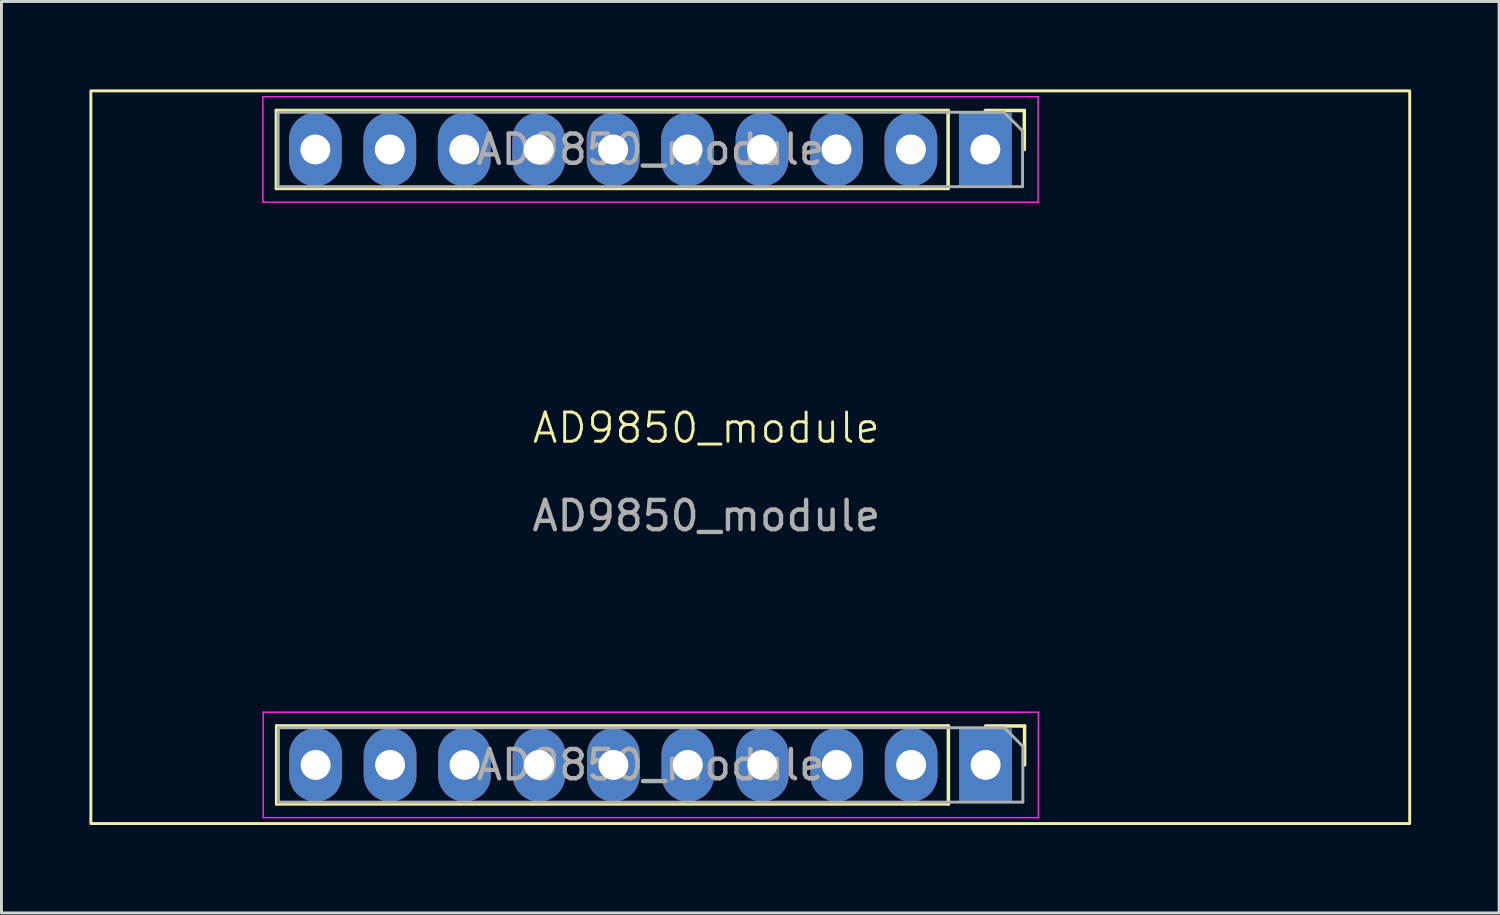
<source format=kicad_pcb>
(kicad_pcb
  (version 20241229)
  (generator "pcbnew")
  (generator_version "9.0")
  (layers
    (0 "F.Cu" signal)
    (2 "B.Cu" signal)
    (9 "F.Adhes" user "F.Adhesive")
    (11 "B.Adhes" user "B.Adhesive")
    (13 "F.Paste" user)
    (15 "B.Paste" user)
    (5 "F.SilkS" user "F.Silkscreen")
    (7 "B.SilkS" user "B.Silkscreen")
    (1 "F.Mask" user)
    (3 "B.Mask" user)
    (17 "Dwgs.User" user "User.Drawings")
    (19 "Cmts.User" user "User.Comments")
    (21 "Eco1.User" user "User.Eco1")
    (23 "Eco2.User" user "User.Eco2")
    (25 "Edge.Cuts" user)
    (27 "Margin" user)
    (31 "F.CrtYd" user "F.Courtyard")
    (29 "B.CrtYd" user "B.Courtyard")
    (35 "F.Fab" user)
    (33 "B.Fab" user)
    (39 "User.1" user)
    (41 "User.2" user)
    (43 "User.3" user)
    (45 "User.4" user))
  (footprint "AD9850_module"
    (layer "F.Cu")
    (at 21.05 12.05)
    (property "Reference" "AD9850_module" (at 0 -0.5 0) (unlocked yes) (layer "F.SilkS") (effects (font (size 1 1) (thickness 0.1))))
    (attr through_hole)
    (fp_line (start -14.67 -11.33) (end -14.67 -8.67) (stroke (width 0.12) (type solid)) (layer "F.SilkS"))
    (fp_line (start -14.66 9.67) (end -14.66 12.33) (stroke (width 0.12) (type solid)) (layer "F.SilkS"))
    (fp_line (start 8.25 -11.33) (end -14.67 -11.33) (stroke (width 0.12) (type solid)) (layer "F.SilkS"))
    (fp_line (start 8.25 -11.33) (end 8.25 -8.67) (stroke (width 0.12) (type solid)) (layer "F.SilkS"))
    (fp_line (start 8.25 -8.67) (end -14.67 -8.67) (stroke (width 0.12) (type solid)) (layer "F.SilkS"))
    (fp_line (start 8.26 9.67) (end -14.66 9.67) (stroke (width 0.12) (type solid)) (layer "F.SilkS"))
    (fp_line (start 8.26 9.67) (end 8.26 12.33) (stroke (width 0.12) (type solid)) (layer "F.SilkS"))
    (fp_line (start 8.26 12.33) (end -14.66 12.33) (stroke (width 0.12) (type solid)) (layer "F.SilkS"))
    (fp_line (start 9.52 -11.33) (end 10.85 -11.33) (stroke (width 0.12) (type solid)) (layer "F.SilkS"))
    (fp_line (start 9.53 9.67) (end 10.86 9.67) (stroke (width 0.12) (type solid)) (layer "F.SilkS"))
    (fp_line (start 10.85 -11.33) (end 10.85 -10) (stroke (width 0.12) (type solid)) (layer "F.SilkS"))
    (fp_line (start 10.86 9.67) (end 10.86 11) (stroke (width 0.12) (type solid)) (layer "F.SilkS"))
    (fp_rect (start -21 -12) (end 24 13) (stroke (width 0.1) (type default)) (fill no) (layer "F.SilkS"))
    (fp_line (start -15.13 -11.8) (end -15.13 -8.2) (stroke (width 0.05) (type solid)) (layer "F.CrtYd"))
    (fp_line (start -15.13 -8.2) (end 11.32 -8.2) (stroke (width 0.05) (type solid)) (layer "F.CrtYd"))
    (fp_line (start -15.12 9.2) (end -15.12 12.8) (stroke (width 0.05) (type solid)) (layer "F.CrtYd"))
    (fp_line (start -15.12 12.8) (end 11.33 12.8) (stroke (width 0.05) (type solid)) (layer "F.CrtYd"))
    (fp_line (start 11.32 -11.8) (end -15.13 -11.8) (stroke (width 0.05) (type solid)) (layer "F.CrtYd"))
    (fp_line (start 11.32 -8.2) (end 11.32 -11.8) (stroke (width 0.05) (type solid)) (layer "F.CrtYd"))
    (fp_line (start 11.33 9.2) (end -15.12 9.2) (stroke (width 0.05) (type solid)) (layer "F.CrtYd"))
    (fp_line (start 11.33 12.8) (end 11.33 9.2) (stroke (width 0.05) (type solid)) (layer "F.CrtYd"))
    (fp_line (start -14.61 -11.27) (end 10.155 -11.27) (stroke (width 0.1) (type solid)) (layer "F.Fab"))
    (fp_line (start -14.61 -8.73) (end -14.61 -11.27) (stroke (width 0.1) (type solid)) (layer "F.Fab"))
    (fp_line (start -14.6 9.73) (end 10.165 9.73) (stroke (width 0.1) (type solid)) (layer "F.Fab"))
    (fp_line (start -14.6 12.27) (end -14.6 9.73) (stroke (width 0.1) (type solid)) (layer "F.Fab"))
    (fp_line (start 10.155 -11.27) (end 10.79 -10.635) (stroke (width 0.1) (type solid)) (layer "F.Fab"))
    (fp_line (start 10.165 9.73) (end 10.8 10.365) (stroke (width 0.1) (type solid)) (layer "F.Fab"))
    (fp_line (start 10.79 -10.635) (end 10.79 -8.73) (stroke (width 0.1) (type solid)) (layer "F.Fab"))
    (fp_line (start 10.79 -8.73) (end -14.61 -8.73) (stroke (width 0.1) (type solid)) (layer "F.Fab"))
    (fp_line (start 10.8 10.365) (end 10.8 12.27) (stroke (width 0.1) (type solid)) (layer "F.Fab"))
    (fp_line (start 10.8 12.27) (end -14.6 12.27) (stroke (width 0.1) (type solid)) (layer "F.Fab"))
    (fp_text user "${REFERENCE}" (at -1.91 -10 0) (layer "F.Fab") (effects (font (size 1 1) (thickness 0.15))))
    (fp_text user "${REFERENCE}" (at -1.9 11 0) (layer "F.Fab") (effects (font (size 1 1) (thickness 0.15))))
    (fp_text user "${REFERENCE}" (at 0 2.5 0) (unlocked yes) (layer "F.Fab") (effects (font (size 1 1) (thickness 0.15))))
    (fp_text user "led" (at 20 12 0) (unlocked yes) (layer "User.1") (effects (font (size 1 1) (thickness 0.1)) (justify left bottom)))
    (pad "1" thru_hole rect (at 9.52 -10 270) (size 2.5 1.8) (drill 1.02) (layers "*.Cu" "*.Mask"))
    (pad "2" thru_hole oval (at 6.98 -10 270) (size 2.5 1.8) (drill 1.02) (layers "*.Cu" "*.Mask"))
    (pad "3" thru_hole oval (at 4.44 -10 270) (size 2.5 1.8) (drill 1.02) (layers "*.Cu" "*.Mask"))
    (pad "4" thru_hole oval (at 1.9 -10 270) (size 2.5 1.8) (drill 1.02) (layers "*.Cu" "*.Mask"))
    (pad "5" thru_hole oval (at -0.64 -10 270) (size 2.5 1.8) (drill 1.02) (layers "*.Cu" "*.Mask"))
    (pad "6" thru_hole oval (at -3.18 -10 270) (size 2.5 1.8) (drill 1.02) (layers "*.Cu" "*.Mask"))
    (pad "7" thru_hole oval (at -5.72 -10 270) (size 2.5 1.8) (drill 1.02) (layers "*.Cu" "*.Mask"))
    (pad "8" thru_hole oval (at -8.26 -10 270) (size 2.5 1.8) (drill 1.02) (layers "*.Cu" "*.Mask"))
    (pad "9" thru_hole oval (at -10.8 -10 270) (size 2.5 1.8) (drill 1.02) (layers "*.Cu" "*.Mask"))
    (pad "10" thru_hole oval (at -13.34 -10 270) (size 2.5 1.8) (drill 1.02) (layers "*.Cu" "*.Mask"))
    (pad "11" thru_hole rect (at 9.53 11 270) (size 2.5 1.8) (drill 1.02) (layers "*.Cu" "*.Mask"))
    (pad "12" thru_hole oval (at 6.99 11 270) (size 2.5 1.8) (drill 1.02) (layers "*.Cu" "*.Mask"))
    (pad "13" thru_hole oval (at 4.45 11 270) (size 2.5 1.8) (drill 1.02) (layers "*.Cu" "*.Mask"))
    (pad "14" thru_hole oval (at 1.91 11 270) (size 2.5 1.8) (drill 1.02) (layers "*.Cu" "*.Mask"))
    (pad "15" thru_hole oval (at -0.63 11 270) (size 2.5 1.8) (drill 1.02) (layers "*.Cu" "*.Mask"))
    (pad "16" thru_hole oval (at -3.17 11 270) (size 2.5 1.8) (drill 1.02) (layers "*.Cu" "*.Mask"))
    (pad "17" thru_hole oval (at -5.71 11 270) (size 2.5 1.8) (drill 1.02) (layers "*.Cu" "*.Mask"))
    (pad "18" thru_hole oval (at -8.25 11 270) (size 2.5 1.8) (drill 1.02) (layers "*.Cu" "*.Mask"))
    (pad "19" thru_hole oval (at -10.79 11 270) (size 2.5 1.8) (drill 1.02) (layers "*.Cu" "*.Mask"))
    (pad "20" thru_hole oval (at -13.33 11 270) (size 2.5 1.8) (drill 1.02) (layers "*.Cu" "*.Mask")))
  (gr_rect
    (start -3 -3)
    (end 48.1 28.1)
    (stroke (width 0.1) (type default))
    (fill no)
    (layer "Edge.Cuts")))
</source>
